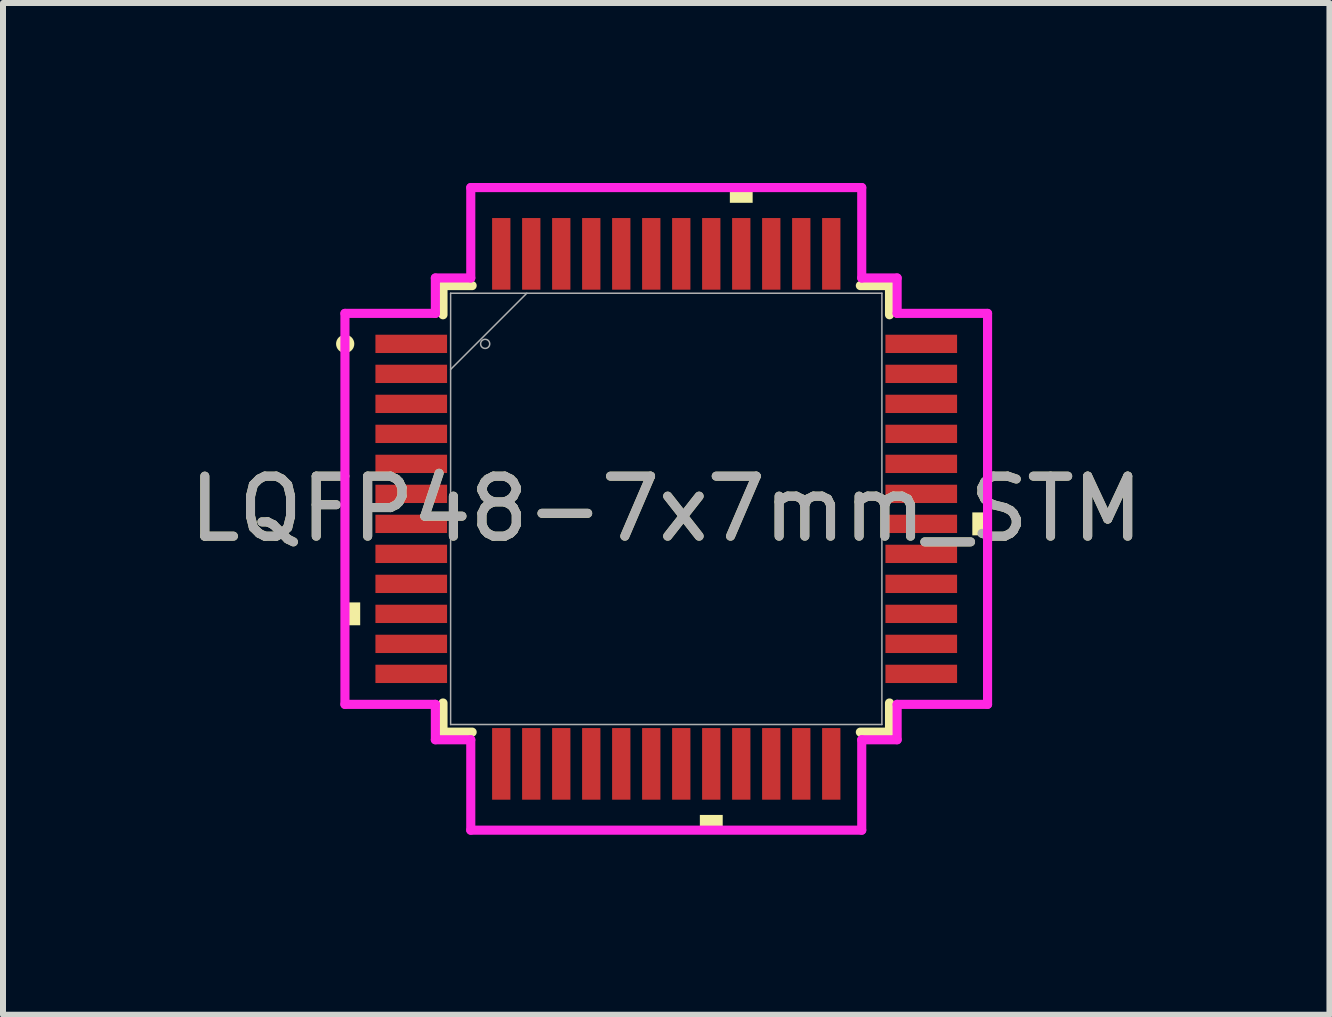
<source format=kicad_pcb>
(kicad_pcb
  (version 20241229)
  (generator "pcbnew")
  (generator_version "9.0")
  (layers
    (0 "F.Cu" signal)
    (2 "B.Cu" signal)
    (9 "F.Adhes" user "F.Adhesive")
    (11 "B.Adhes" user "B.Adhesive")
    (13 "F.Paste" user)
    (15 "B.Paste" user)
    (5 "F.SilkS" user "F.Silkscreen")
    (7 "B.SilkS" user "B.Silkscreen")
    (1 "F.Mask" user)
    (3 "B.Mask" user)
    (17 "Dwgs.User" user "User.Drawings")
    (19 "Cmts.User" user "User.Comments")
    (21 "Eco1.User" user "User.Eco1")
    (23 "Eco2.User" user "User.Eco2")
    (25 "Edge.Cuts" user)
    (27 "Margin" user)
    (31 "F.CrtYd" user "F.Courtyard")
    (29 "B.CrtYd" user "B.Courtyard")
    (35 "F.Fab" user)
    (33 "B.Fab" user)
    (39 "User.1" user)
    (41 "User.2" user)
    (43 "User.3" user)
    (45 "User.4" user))
  (footprint "LQFP48-7x7mm_STM"
    (layer "F.Cu")
    (at 8.054 5.431)
    (property "Reference" "LQFP48-7x7mm_STM" (at 0 0 0) (unlocked yes) (layer "F.SilkS") (effects (font (size 1 1) (thickness 0.15))))
    (attr smd)
    (fp_line (start -3.721 -3.721) (end -3.721 -3.235) (stroke (width 0.152) (type solid)) (layer "F.SilkS"))
    (fp_line (start -3.721 3.235) (end -3.721 3.721) (stroke (width 0.152) (type solid)) (layer "F.SilkS"))
    (fp_line (start -3.721 3.721) (end -3.235 3.721) (stroke (width 0.152) (type solid)) (layer "F.SilkS"))
    (fp_line (start -3.235 -3.721) (end -3.721 -3.721) (stroke (width 0.152) (type solid)) (layer "F.SilkS"))
    (fp_line (start 3.235 3.721) (end 3.721 3.721) (stroke (width 0.152) (type solid)) (layer "F.SilkS"))
    (fp_line (start 3.721 -3.721) (end 3.235 -3.721) (stroke (width 0.152) (type solid)) (layer "F.SilkS"))
    (fp_line (start 3.721 -3.235) (end 3.721 -3.721) (stroke (width 0.152) (type solid)) (layer "F.SilkS"))
    (fp_line (start 3.721 3.721) (end 3.721 3.235) (stroke (width 0.152) (type solid)) (layer "F.SilkS"))
    (fp_circle (center -5.351 -2.75) (end -5.275 -2.75) (stroke (width 0.152) (type solid)) (fill no) (layer "F.SilkS"))
    (fp_poly (pts (xy -5.355 1.559) (xy -5.355 1.94) (xy -5.101 1.94) (xy -5.101 1.559)) (stroke (width 0) (type solid)) (fill yes) (layer "F.SilkS"))
    (fp_poly (pts (xy 0.56 5.101) (xy 0.56 5.355) (xy 0.941 5.355) (xy 0.941 5.101)) (stroke (width 0) (type solid)) (fill yes) (layer "F.SilkS"))
    (fp_poly (pts (xy 1.06 -5.101) (xy 1.06 -5.355) (xy 1.44 -5.355) (xy 1.44 -5.101)) (stroke (width 0) (type solid)) (fill yes) (layer "F.SilkS"))
    (fp_poly (pts (xy 5.355 0.059) (xy 5.355 0.441) (xy 5.101 0.441) (xy 5.101 0.059)) (stroke (width 0) (type solid)) (fill yes) (layer "F.SilkS"))
    (fp_line (start -5.355 -3.258) (end -3.848 -3.258) (stroke (width 0.152) (type solid)) (layer "F.CrtYd"))
    (fp_line (start -5.355 3.258) (end -5.355 -3.258) (stroke (width 0.152) (type solid)) (layer "F.CrtYd"))
    (fp_line (start -3.848 -3.848) (end -3.258 -3.848) (stroke (width 0.152) (type solid)) (layer "F.CrtYd"))
    (fp_line (start -3.848 -3.258) (end -3.848 -3.848) (stroke (width 0.152) (type solid)) (layer "F.CrtYd"))
    (fp_line (start -3.848 3.258) (end -5.355 3.258) (stroke (width 0.152) (type solid)) (layer "F.CrtYd"))
    (fp_line (start -3.848 3.848) (end -3.848 3.258) (stroke (width 0.152) (type solid)) (layer "F.CrtYd"))
    (fp_line (start -3.258 -5.355) (end 3.258 -5.355) (stroke (width 0.152) (type solid)) (layer "F.CrtYd"))
    (fp_line (start -3.258 -3.848) (end -3.258 -5.355) (stroke (width 0.152) (type solid)) (layer "F.CrtYd"))
    (fp_line (start -3.258 3.848) (end -3.848 3.848) (stroke (width 0.152) (type solid)) (layer "F.CrtYd"))
    (fp_line (start -3.258 5.355) (end -3.258 3.848) (stroke (width 0.152) (type solid)) (layer "F.CrtYd"))
    (fp_line (start 3.258 -5.355) (end 3.258 -3.848) (stroke (width 0.152) (type solid)) (layer "F.CrtYd"))
    (fp_line (start 3.258 -3.848) (end 3.848 -3.848) (stroke (width 0.152) (type solid)) (layer "F.CrtYd"))
    (fp_line (start 3.258 3.848) (end 3.258 5.355) (stroke (width 0.152) (type solid)) (layer "F.CrtYd"))
    (fp_line (start 3.258 5.355) (end -3.258 5.355) (stroke (width 0.152) (type solid)) (layer "F.CrtYd"))
    (fp_line (start 3.848 -3.848) (end 3.848 -3.258) (stroke (width 0.152) (type solid)) (layer "F.CrtYd"))
    (fp_line (start 3.848 -3.258) (end 5.355 -3.258) (stroke (width 0.152) (type solid)) (layer "F.CrtYd"))
    (fp_line (start 3.848 3.258) (end 3.848 3.848) (stroke (width 0.152) (type solid)) (layer "F.CrtYd"))
    (fp_line (start 3.848 3.848) (end 3.258 3.848) (stroke (width 0.152) (type solid)) (layer "F.CrtYd"))
    (fp_line (start 5.355 -3.258) (end 5.355 3.258) (stroke (width 0.152) (type solid)) (layer "F.CrtYd"))
    (fp_line (start 5.355 3.258) (end 3.848 3.258) (stroke (width 0.152) (type solid)) (layer "F.CrtYd"))
    (fp_line (start -3.594 -3.594) (end -3.594 3.594) (stroke (width 0.025) (type solid)) (layer "F.Fab"))
    (fp_line (start -3.594 -2.324) (end -2.324 -3.594) (stroke (width 0.025) (type solid)) (layer "F.Fab"))
    (fp_line (start -3.594 3.594) (end 3.594 3.594) (stroke (width 0.025) (type solid)) (layer "F.Fab"))
    (fp_line (start 3.594 -3.594) (end -3.594 -3.594) (stroke (width 0.025) (type solid)) (layer "F.Fab"))
    (fp_line (start 3.594 3.594) (end 3.594 -3.594) (stroke (width 0.025) (type solid)) (layer "F.Fab"))
    (fp_circle (center -3.018 -2.75) (end -2.942 -2.75) (stroke (width 0.025) (type solid)) (fill no) (layer "F.Fab"))
    (fp_text user "${REFERENCE}" (at 0 0 0) (unlocked yes) (layer "F.Fab") (effects (font (size 1 1) (thickness 0.15))))
    (pad "1" smd rect (at -4.25 -2.75) (size 1.194 0.305) (layers "F.Cu" "F.Mask" "F.Paste"))
    (pad "2" smd rect (at -4.25 -2.25) (size 1.194 0.305) (layers "F.Cu" "F.Mask" "F.Paste"))
    (pad "3" smd rect (at -4.25 -1.75) (size 1.194 0.305) (layers "F.Cu" "F.Mask" "F.Paste"))
    (pad "4" smd rect (at -4.25 -1.25) (size 1.194 0.305) (layers "F.Cu" "F.Mask" "F.Paste"))
    (pad "5" smd rect (at -4.25 -0.75) (size 1.194 0.305) (layers "F.Cu" "F.Mask" "F.Paste"))
    (pad "6" smd rect (at -4.25 -0.25) (size 1.194 0.305) (layers "F.Cu" "F.Mask" "F.Paste"))
    (pad "7" smd rect (at -4.25 0.25) (size 1.194 0.305) (layers "F.Cu" "F.Mask" "F.Paste"))
    (pad "8" smd rect (at -4.25 0.75) (size 1.194 0.305) (layers "F.Cu" "F.Mask" "F.Paste"))
    (pad "9" smd rect (at -4.25 1.25) (size 1.194 0.305) (layers "F.Cu" "F.Mask" "F.Paste"))
    (pad "10" smd rect (at -4.25 1.75) (size 1.194 0.305) (layers "F.Cu" "F.Mask" "F.Paste"))
    (pad "11" smd rect (at -4.25 2.25) (size 1.194 0.305) (layers "F.Cu" "F.Mask" "F.Paste"))
    (pad "12" smd rect (at -4.25 2.75) (size 1.194 0.305) (layers "F.Cu" "F.Mask" "F.Paste"))
    (pad "13" smd rect (at -2.75 4.25 90) (size 1.194 0.305) (layers "F.Cu" "F.Mask" "F.Paste"))
    (pad "14" smd rect (at -2.25 4.25 90) (size 1.194 0.305) (layers "F.Cu" "F.Mask" "F.Paste"))
    (pad "15" smd rect (at -1.75 4.25 90) (size 1.194 0.305) (layers "F.Cu" "F.Mask" "F.Paste"))
    (pad "16" smd rect (at -1.25 4.25 90) (size 1.194 0.305) (layers "F.Cu" "F.Mask" "F.Paste"))
    (pad "17" smd rect (at -0.75 4.25 90) (size 1.194 0.305) (layers "F.Cu" "F.Mask" "F.Paste"))
    (pad "18" smd rect (at -0.25 4.25 90) (size 1.194 0.305) (layers "F.Cu" "F.Mask" "F.Paste"))
    (pad "19" smd rect (at 0.25 4.25 90) (size 1.194 0.305) (layers "F.Cu" "F.Mask" "F.Paste"))
    (pad "20" smd rect (at 0.75 4.25 90) (size 1.194 0.305) (layers "F.Cu" "F.Mask" "F.Paste"))
    (pad "21" smd rect (at 1.25 4.25 90) (size 1.194 0.305) (layers "F.Cu" "F.Mask" "F.Paste"))
    (pad "22" smd rect (at 1.75 4.25 90) (size 1.194 0.305) (layers "F.Cu" "F.Mask" "F.Paste"))
    (pad "23" smd rect (at 2.25 4.25 90) (size 1.194 0.305) (layers "F.Cu" "F.Mask" "F.Paste"))
    (pad "24" smd rect (at 2.75 4.25 90) (size 1.194 0.305) (layers "F.Cu" "F.Mask" "F.Paste"))
    (pad "25" smd rect (at 4.25 2.75) (size 1.194 0.305) (layers "F.Cu" "F.Mask" "F.Paste"))
    (pad "26" smd rect (at 4.25 2.25) (size 1.194 0.305) (layers "F.Cu" "F.Mask" "F.Paste"))
    (pad "27" smd rect (at 4.25 1.75) (size 1.194 0.305) (layers "F.Cu" "F.Mask" "F.Paste"))
    (pad "28" smd rect (at 4.25 1.25) (size 1.194 0.305) (layers "F.Cu" "F.Mask" "F.Paste"))
    (pad "29" smd rect (at 4.25 0.75) (size 1.194 0.305) (layers "F.Cu" "F.Mask" "F.Paste"))
    (pad "30" smd rect (at 4.25 0.25) (size 1.194 0.305) (layers "F.Cu" "F.Mask" "F.Paste"))
    (pad "31" smd rect (at 4.25 -0.25) (size 1.194 0.305) (layers "F.Cu" "F.Mask" "F.Paste"))
    (pad "32" smd rect (at 4.25 -0.75) (size 1.194 0.305) (layers "F.Cu" "F.Mask" "F.Paste"))
    (pad "33" smd rect (at 4.25 -1.25) (size 1.194 0.305) (layers "F.Cu" "F.Mask" "F.Paste"))
    (pad "34" smd rect (at 4.25 -1.75) (size 1.194 0.305) (layers "F.Cu" "F.Mask" "F.Paste"))
    (pad "35" smd rect (at 4.25 -2.25) (size 1.194 0.305) (layers "F.Cu" "F.Mask" "F.Paste"))
    (pad "36" smd rect (at 4.25 -2.75) (size 1.194 0.305) (layers "F.Cu" "F.Mask" "F.Paste"))
    (pad "37" smd rect (at 2.75 -4.25 90) (size 1.194 0.305) (layers "F.Cu" "F.Mask" "F.Paste"))
    (pad "38" smd rect (at 2.25 -4.25 90) (size 1.194 0.305) (layers "F.Cu" "F.Mask" "F.Paste"))
    (pad "39" smd rect (at 1.75 -4.25 90) (size 1.194 0.305) (layers "F.Cu" "F.Mask" "F.Paste"))
    (pad "40" smd rect (at 1.25 -4.25 90) (size 1.194 0.305) (layers "F.Cu" "F.Mask" "F.Paste"))
    (pad "41" smd rect (at 0.75 -4.25 90) (size 1.194 0.305) (layers "F.Cu" "F.Mask" "F.Paste"))
    (pad "42" smd rect (at 0.25 -4.25 90) (size 1.194 0.305) (layers "F.Cu" "F.Mask" "F.Paste"))
    (pad "43" smd rect (at -0.25 -4.25 90) (size 1.194 0.305) (layers "F.Cu" "F.Mask" "F.Paste"))
    (pad "44" smd rect (at -0.75 -4.25 90) (size 1.194 0.305) (layers "F.Cu" "F.Mask" "F.Paste"))
    (pad "45" smd rect (at -1.25 -4.25 90) (size 1.194 0.305) (layers "F.Cu" "F.Mask" "F.Paste"))
    (pad "46" smd rect (at -1.75 -4.25 90) (size 1.194 0.305) (layers "F.Cu" "F.Mask" "F.Paste"))
    (pad "47" smd rect (at -2.25 -4.25 90) (size 1.194 0.305) (layers "F.Cu" "F.Mask" "F.Paste"))
    (pad "48" smd rect (at -2.75 -4.25 90) (size 1.194 0.305) (layers "F.Cu" "F.Mask" "F.Paste")))
  (gr_rect
    (start -3 -3)
    (end 19.107 13.862)
    (stroke (width 0.1) (type default))
    (fill no)
    (layer "Edge.Cuts")))
</source>
